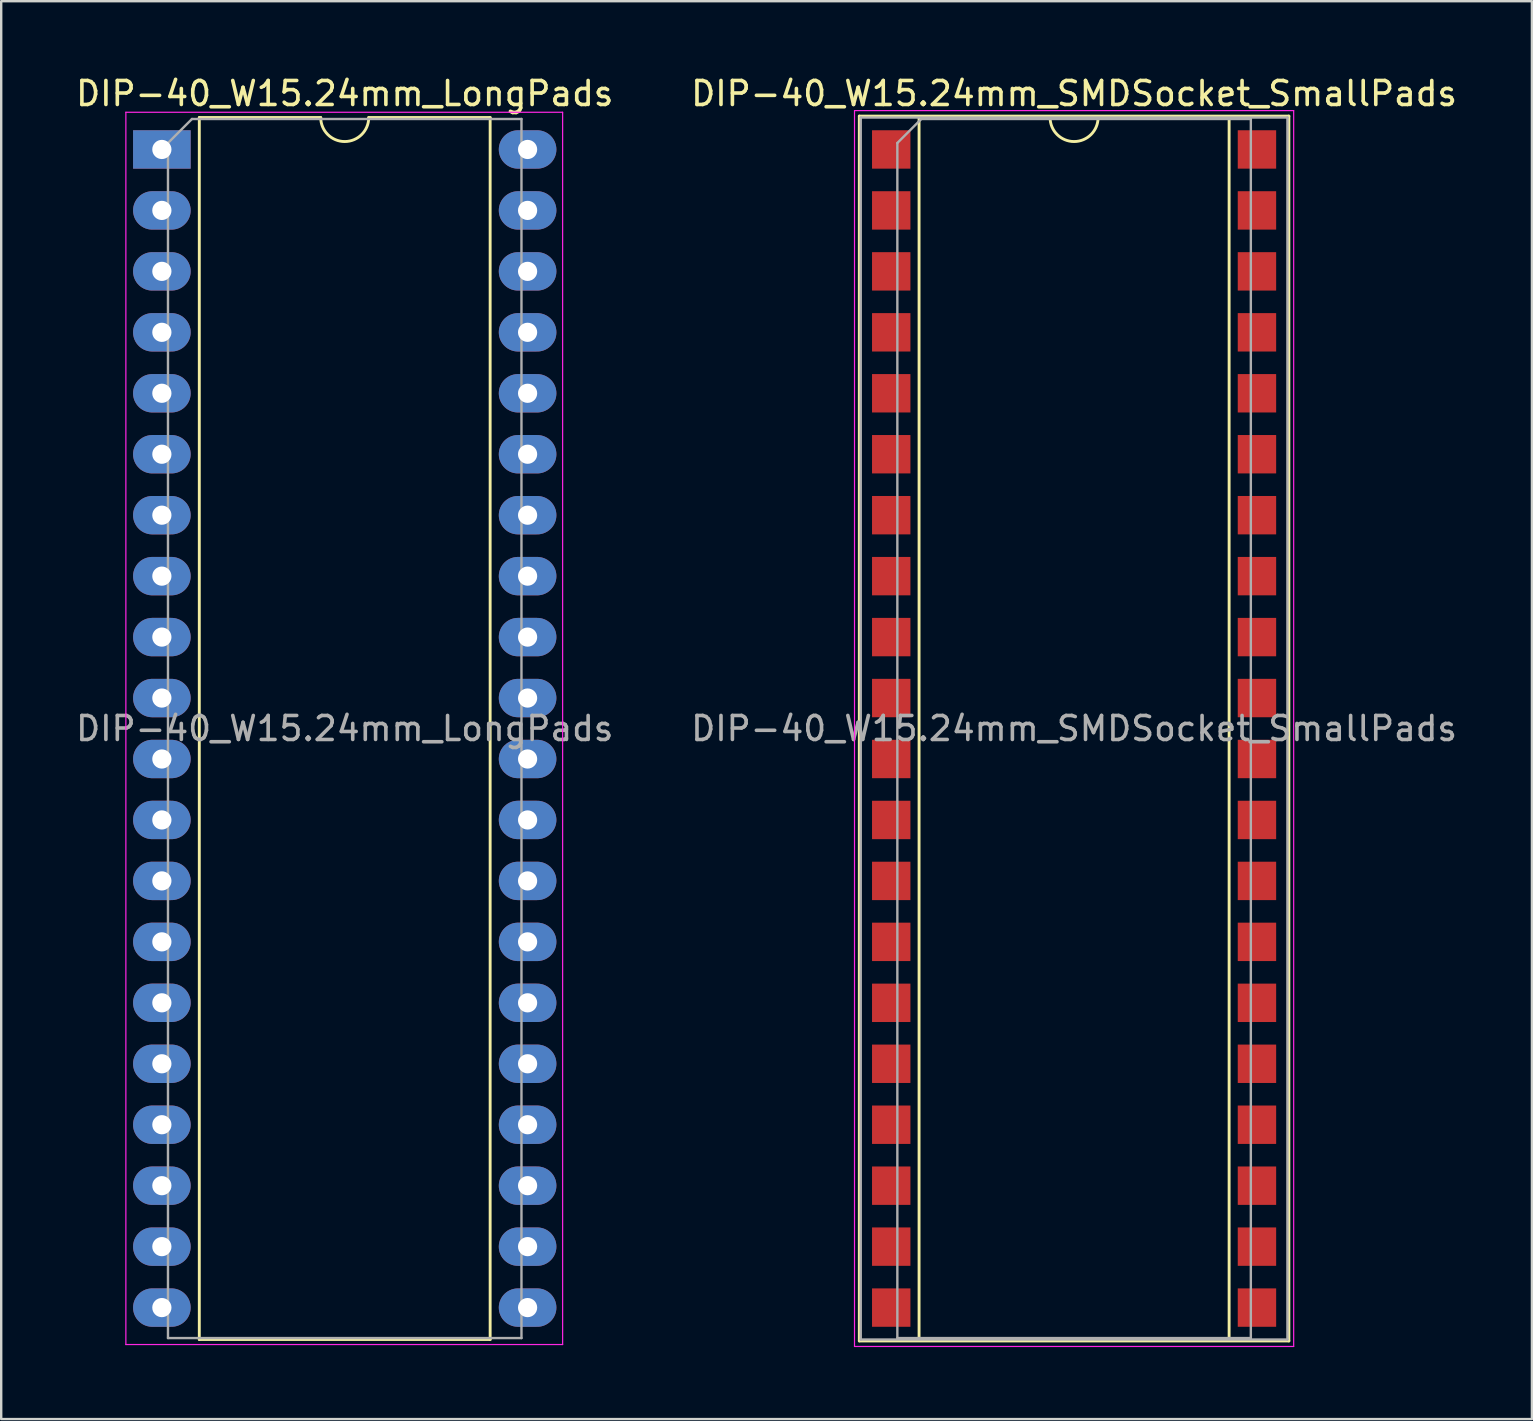
<source format=kicad_pcb>
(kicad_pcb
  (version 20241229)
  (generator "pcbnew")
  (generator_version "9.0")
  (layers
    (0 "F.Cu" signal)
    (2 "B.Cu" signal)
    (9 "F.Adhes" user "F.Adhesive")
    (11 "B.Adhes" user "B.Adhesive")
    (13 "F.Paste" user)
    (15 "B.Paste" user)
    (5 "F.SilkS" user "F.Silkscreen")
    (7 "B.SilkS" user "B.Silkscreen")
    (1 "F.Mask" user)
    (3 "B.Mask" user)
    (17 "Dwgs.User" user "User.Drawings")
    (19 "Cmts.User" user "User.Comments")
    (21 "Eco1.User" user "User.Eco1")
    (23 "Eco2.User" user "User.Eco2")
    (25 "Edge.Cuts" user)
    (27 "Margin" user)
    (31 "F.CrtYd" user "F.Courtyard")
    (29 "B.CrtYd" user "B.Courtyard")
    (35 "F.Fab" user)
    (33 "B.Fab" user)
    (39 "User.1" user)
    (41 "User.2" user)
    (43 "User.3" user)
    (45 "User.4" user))
  (footprint "DIP-40_W15.24mm_LongPads"
    (layer "F.Cu")
    (at 3.695 3.178)
    (property "Reference" "DIP-40_W15.24mm_LongPads" (at 7.62 -2.33 0) (layer "F.SilkS") (effects (font (size 1 1) (thickness 0.15))))
    (attr through_hole)
    (fp_line (start 1.56 -1.33) (end 1.56 49.59) (stroke (width 0.12) (type solid)) (layer "F.SilkS"))
    (fp_line (start 1.56 49.59) (end 13.68 49.59) (stroke (width 0.12) (type solid)) (layer "F.SilkS"))
    (fp_line (start 6.62 -1.33) (end 1.56 -1.33) (stroke (width 0.12) (type solid)) (layer "F.SilkS"))
    (fp_line (start 13.68 -1.33) (end 8.62 -1.33) (stroke (width 0.12) (type solid)) (layer "F.SilkS"))
    (fp_line (start 13.68 49.59) (end 13.68 -1.33) (stroke (width 0.12) (type solid)) (layer "F.SilkS"))
    (fp_arc (start 8.62 -1.33) (mid 7.62 -0.33) (end 6.62 -1.33) (stroke (width 0.12) (type solid)) (layer "F.SilkS"))
    (fp_line (start -1.5 -1.55) (end -1.5 49.8) (stroke (width 0.05) (type solid)) (layer "F.CrtYd"))
    (fp_line (start -1.5 49.8) (end 16.7 49.8) (stroke (width 0.05) (type solid)) (layer "F.CrtYd"))
    (fp_line (start 16.7 -1.55) (end -1.5 -1.55) (stroke (width 0.05) (type solid)) (layer "F.CrtYd"))
    (fp_line (start 16.7 49.8) (end 16.7 -1.55) (stroke (width 0.05) (type solid)) (layer "F.CrtYd"))
    (fp_line (start 0.255 -0.27) (end 1.255 -1.27) (stroke (width 0.1) (type solid)) (layer "F.Fab"))
    (fp_line (start 0.255 49.53) (end 0.255 -0.27) (stroke (width 0.1) (type solid)) (layer "F.Fab"))
    (fp_line (start 1.255 -1.27) (end 14.985 -1.27) (stroke (width 0.1) (type solid)) (layer "F.Fab"))
    (fp_line (start 14.985 -1.27) (end 14.985 49.53) (stroke (width 0.1) (type solid)) (layer "F.Fab"))
    (fp_line (start 14.985 49.53) (end 0.255 49.53) (stroke (width 0.1) (type solid)) (layer "F.Fab"))
    (fp_text user "${REFERENCE}" (at 7.62 24.13 0) (layer "F.Fab") (effects (font (size 1 1) (thickness 0.15))))
    (pad "1" thru_hole rect (at 0 0) (size 2.4 1.6) (drill 0.8) (layers "*.Cu" "*.Mask"))
    (pad "2" thru_hole oval (at 0 2.54) (size 2.4 1.6) (drill 0.8) (layers "*.Cu" "*.Mask"))
    (pad "3" thru_hole oval (at 0 5.08) (size 2.4 1.6) (drill 0.8) (layers "*.Cu" "*.Mask"))
    (pad "4" thru_hole oval (at 0 7.62) (size 2.4 1.6) (drill 0.8) (layers "*.Cu" "*.Mask"))
    (pad "5" thru_hole oval (at 0 10.16) (size 2.4 1.6) (drill 0.8) (layers "*.Cu" "*.Mask"))
    (pad "6" thru_hole oval (at 0 12.7) (size 2.4 1.6) (drill 0.8) (layers "*.Cu" "*.Mask"))
    (pad "7" thru_hole oval (at 0 15.24) (size 2.4 1.6) (drill 0.8) (layers "*.Cu" "*.Mask"))
    (pad "8" thru_hole oval (at 0 17.78) (size 2.4 1.6) (drill 0.8) (layers "*.Cu" "*.Mask"))
    (pad "9" thru_hole oval (at 0 20.32) (size 2.4 1.6) (drill 0.8) (layers "*.Cu" "*.Mask"))
    (pad "10" thru_hole oval (at 0 22.86) (size 2.4 1.6) (drill 0.8) (layers "*.Cu" "*.Mask"))
    (pad "11" thru_hole oval (at 0 25.4) (size 2.4 1.6) (drill 0.8) (layers "*.Cu" "*.Mask"))
    (pad "12" thru_hole oval (at 0 27.94) (size 2.4 1.6) (drill 0.8) (layers "*.Cu" "*.Mask"))
    (pad "13" thru_hole oval (at 0 30.48) (size 2.4 1.6) (drill 0.8) (layers "*.Cu" "*.Mask"))
    (pad "14" thru_hole oval (at 0 33.02) (size 2.4 1.6) (drill 0.8) (layers "*.Cu" "*.Mask"))
    (pad "15" thru_hole oval (at 0 35.56) (size 2.4 1.6) (drill 0.8) (layers "*.Cu" "*.Mask"))
    (pad "16" thru_hole oval (at 0 38.1) (size 2.4 1.6) (drill 0.8) (layers "*.Cu" "*.Mask"))
    (pad "17" thru_hole oval (at 0 40.64) (size 2.4 1.6) (drill 0.8) (layers "*.Cu" "*.Mask"))
    (pad "18" thru_hole oval (at 0 43.18) (size 2.4 1.6) (drill 0.8) (layers "*.Cu" "*.Mask"))
    (pad "19" thru_hole oval (at 0 45.72) (size 2.4 1.6) (drill 0.8) (layers "*.Cu" "*.Mask"))
    (pad "20" thru_hole oval (at 0 48.26) (size 2.4 1.6) (drill 0.8) (layers "*.Cu" "*.Mask"))
    (pad "21" thru_hole oval (at 15.24 48.26) (size 2.4 1.6) (drill 0.8) (layers "*.Cu" "*.Mask"))
    (pad "22" thru_hole oval (at 15.24 45.72) (size 2.4 1.6) (drill 0.8) (layers "*.Cu" "*.Mask"))
    (pad "23" thru_hole oval (at 15.24 43.18) (size 2.4 1.6) (drill 0.8) (layers "*.Cu" "*.Mask"))
    (pad "24" thru_hole oval (at 15.24 40.64) (size 2.4 1.6) (drill 0.8) (layers "*.Cu" "*.Mask"))
    (pad "25" thru_hole oval (at 15.24 38.1) (size 2.4 1.6) (drill 0.8) (layers "*.Cu" "*.Mask"))
    (pad "26" thru_hole oval (at 15.24 35.56) (size 2.4 1.6) (drill 0.8) (layers "*.Cu" "*.Mask"))
    (pad "27" thru_hole oval (at 15.24 33.02) (size 2.4 1.6) (drill 0.8) (layers "*.Cu" "*.Mask"))
    (pad "28" thru_hole oval (at 15.24 30.48) (size 2.4 1.6) (drill 0.8) (layers "*.Cu" "*.Mask"))
    (pad "29" thru_hole oval (at 15.24 27.94) (size 2.4 1.6) (drill 0.8) (layers "*.Cu" "*.Mask"))
    (pad "30" thru_hole oval (at 15.24 25.4) (size 2.4 1.6) (drill 0.8) (layers "*.Cu" "*.Mask"))
    (pad "31" thru_hole oval (at 15.24 22.86) (size 2.4 1.6) (drill 0.8) (layers "*.Cu" "*.Mask"))
    (pad "32" thru_hole oval (at 15.24 20.32) (size 2.4 1.6) (drill 0.8) (layers "*.Cu" "*.Mask"))
    (pad "33" thru_hole oval (at 15.24 17.78) (size 2.4 1.6) (drill 0.8) (layers "*.Cu" "*.Mask"))
    (pad "34" thru_hole oval (at 15.24 15.24) (size 2.4 1.6) (drill 0.8) (layers "*.Cu" "*.Mask"))
    (pad "35" thru_hole oval (at 15.24 12.7) (size 2.4 1.6) (drill 0.8) (layers "*.Cu" "*.Mask"))
    (pad "36" thru_hole oval (at 15.24 10.16) (size 2.4 1.6) (drill 0.8) (layers "*.Cu" "*.Mask"))
    (pad "37" thru_hole oval (at 15.24 7.62) (size 2.4 1.6) (drill 0.8) (layers "*.Cu" "*.Mask"))
    (pad "38" thru_hole oval (at 15.24 5.08) (size 2.4 1.6) (drill 0.8) (layers "*.Cu" "*.Mask"))
    (pad "39" thru_hole oval (at 15.24 2.54) (size 2.4 1.6) (drill 0.8) (layers "*.Cu" "*.Mask"))
    (pad "40" thru_hole oval (at 15.24 0) (size 2.4 1.6) (drill 0.8) (layers "*.Cu" "*.Mask")))
  (footprint "DIP-40_W15.24mm_SMDSocket_SmallPads"
    (layer "F.Cu")
    (at 41.708 27.308)
    (property "Reference" "DIP-40_W15.24mm_SMDSocket_SmallPads" (at 0 -26.46 0) (layer "F.SilkS") (effects (font (size 1 1) (thickness 0.15))))
    (attr smd)
    (fp_line (start -8.95 -25.52) (end -8.95 25.52) (stroke (width 0.12) (type solid)) (layer "F.SilkS"))
    (fp_line (start -8.95 25.52) (end 8.95 25.52) (stroke (width 0.12) (type solid)) (layer "F.SilkS"))
    (fp_line (start -6.46 -25.46) (end -6.46 25.46) (stroke (width 0.12) (type solid)) (layer "F.SilkS"))
    (fp_line (start -6.46 25.46) (end 6.46 25.46) (stroke (width 0.12) (type solid)) (layer "F.SilkS"))
    (fp_line (start -1 -25.46) (end -6.46 -25.46) (stroke (width 0.12) (type solid)) (layer "F.SilkS"))
    (fp_line (start 6.46 -25.46) (end 1 -25.46) (stroke (width 0.12) (type solid)) (layer "F.SilkS"))
    (fp_line (start 6.46 25.46) (end 6.46 -25.46) (stroke (width 0.12) (type solid)) (layer "F.SilkS"))
    (fp_line (start 8.95 -25.52) (end -8.95 -25.52) (stroke (width 0.12) (type solid)) (layer "F.SilkS"))
    (fp_line (start 8.95 25.52) (end 8.95 -25.52) (stroke (width 0.12) (type solid)) (layer "F.SilkS"))
    (fp_arc (start 1 -25.46) (mid 0 -24.46) (end -1 -25.46) (stroke (width 0.12) (type solid)) (layer "F.SilkS"))
    (fp_line (start -9.15 -25.75) (end -9.15 25.75) (stroke (width 0.05) (type solid)) (layer "F.CrtYd"))
    (fp_line (start -9.15 25.75) (end 9.15 25.75) (stroke (width 0.05) (type solid)) (layer "F.CrtYd"))
    (fp_line (start 9.15 -25.75) (end -9.15 -25.75) (stroke (width 0.05) (type solid)) (layer "F.CrtYd"))
    (fp_line (start 9.15 25.75) (end 9.15 -25.75) (stroke (width 0.05) (type solid)) (layer "F.CrtYd"))
    (fp_line (start -8.89 -25.46) (end -8.89 25.46) (stroke (width 0.1) (type solid)) (layer "F.Fab"))
    (fp_line (start -8.89 25.46) (end 8.89 25.46) (stroke (width 0.1) (type solid)) (layer "F.Fab"))
    (fp_line (start -7.365 -24.4) (end -6.365 -25.4) (stroke (width 0.1) (type solid)) (layer "F.Fab"))
    (fp_line (start -7.365 25.4) (end -7.365 -24.4) (stroke (width 0.1) (type solid)) (layer "F.Fab"))
    (fp_line (start -6.365 -25.4) (end 7.365 -25.4) (stroke (width 0.1) (type solid)) (layer "F.Fab"))
    (fp_line (start 7.365 -25.4) (end 7.365 25.4) (stroke (width 0.1) (type solid)) (layer "F.Fab"))
    (fp_line (start 7.365 25.4) (end -7.365 25.4) (stroke (width 0.1) (type solid)) (layer "F.Fab"))
    (fp_line (start 8.89 -25.46) (end -8.89 -25.46) (stroke (width 0.1) (type solid)) (layer "F.Fab"))
    (fp_line (start 8.89 25.46) (end 8.89 -25.46) (stroke (width 0.1) (type solid)) (layer "F.Fab"))
    (fp_text user "${REFERENCE}" (at 0 0 0) (layer "F.Fab") (effects (font (size 1 1) (thickness 0.15))))
    (pad "1" smd rect (at -7.62 -24.13) (size 1.6 1.6) (layers "F.Cu" "F.Mask" "F.Paste"))
    (pad "2" smd rect (at -7.62 -21.59) (size 1.6 1.6) (layers "F.Cu" "F.Mask" "F.Paste"))
    (pad "3" smd rect (at -7.62 -19.05) (size 1.6 1.6) (layers "F.Cu" "F.Mask" "F.Paste"))
    (pad "4" smd rect (at -7.62 -16.51) (size 1.6 1.6) (layers "F.Cu" "F.Mask" "F.Paste"))
    (pad "5" smd rect (at -7.62 -13.97) (size 1.6 1.6) (layers "F.Cu" "F.Mask" "F.Paste"))
    (pad "6" smd rect (at -7.62 -11.43) (size 1.6 1.6) (layers "F.Cu" "F.Mask" "F.Paste"))
    (pad "7" smd rect (at -7.62 -8.89) (size 1.6 1.6) (layers "F.Cu" "F.Mask" "F.Paste"))
    (pad "8" smd rect (at -7.62 -6.35) (size 1.6 1.6) (layers "F.Cu" "F.Mask" "F.Paste"))
    (pad "9" smd rect (at -7.62 -3.81) (size 1.6 1.6) (layers "F.Cu" "F.Mask" "F.Paste"))
    (pad "10" smd rect (at -7.62 -1.27) (size 1.6 1.6) (layers "F.Cu" "F.Mask" "F.Paste"))
    (pad "11" smd rect (at -7.62 1.27) (size 1.6 1.6) (layers "F.Cu" "F.Mask" "F.Paste"))
    (pad "12" smd rect (at -7.62 3.81) (size 1.6 1.6) (layers "F.Cu" "F.Mask" "F.Paste"))
    (pad "13" smd rect (at -7.62 6.35) (size 1.6 1.6) (layers "F.Cu" "F.Mask" "F.Paste"))
    (pad "14" smd rect (at -7.62 8.89) (size 1.6 1.6) (layers "F.Cu" "F.Mask" "F.Paste"))
    (pad "15" smd rect (at -7.62 11.43) (size 1.6 1.6) (layers "F.Cu" "F.Mask" "F.Paste"))
    (pad "16" smd rect (at -7.62 13.97) (size 1.6 1.6) (layers "F.Cu" "F.Mask" "F.Paste"))
    (pad "17" smd rect (at -7.62 16.51) (size 1.6 1.6) (layers "F.Cu" "F.Mask" "F.Paste"))
    (pad "18" smd rect (at -7.62 19.05) (size 1.6 1.6) (layers "F.Cu" "F.Mask" "F.Paste"))
    (pad "19" smd rect (at -7.62 21.59) (size 1.6 1.6) (layers "F.Cu" "F.Mask" "F.Paste"))
    (pad "20" smd rect (at -7.62 24.13) (size 1.6 1.6) (layers "F.Cu" "F.Mask" "F.Paste"))
    (pad "21" smd rect (at 7.62 24.13) (size 1.6 1.6) (layers "F.Cu" "F.Mask" "F.Paste"))
    (pad "22" smd rect (at 7.62 21.59) (size 1.6 1.6) (layers "F.Cu" "F.Mask" "F.Paste"))
    (pad "23" smd rect (at 7.62 19.05) (size 1.6 1.6) (layers "F.Cu" "F.Mask" "F.Paste"))
    (pad "24" smd rect (at 7.62 16.51) (size 1.6 1.6) (layers "F.Cu" "F.Mask" "F.Paste"))
    (pad "25" smd rect (at 7.62 13.97) (size 1.6 1.6) (layers "F.Cu" "F.Mask" "F.Paste"))
    (pad "26" smd rect (at 7.62 11.43) (size 1.6 1.6) (layers "F.Cu" "F.Mask" "F.Paste"))
    (pad "27" smd rect (at 7.62 8.89) (size 1.6 1.6) (layers "F.Cu" "F.Mask" "F.Paste"))
    (pad "28" smd rect (at 7.62 6.35) (size 1.6 1.6) (layers "F.Cu" "F.Mask" "F.Paste"))
    (pad "29" smd rect (at 7.62 3.81) (size 1.6 1.6) (layers "F.Cu" "F.Mask" "F.Paste"))
    (pad "30" smd rect (at 7.62 1.27) (size 1.6 1.6) (layers "F.Cu" "F.Mask" "F.Paste"))
    (pad "31" smd rect (at 7.62 -1.27) (size 1.6 1.6) (layers "F.Cu" "F.Mask" "F.Paste"))
    (pad "32" smd rect (at 7.62 -3.81) (size 1.6 1.6) (layers "F.Cu" "F.Mask" "F.Paste"))
    (pad "33" smd rect (at 7.62 -6.35) (size 1.6 1.6) (layers "F.Cu" "F.Mask" "F.Paste"))
    (pad "34" smd rect (at 7.62 -8.89) (size 1.6 1.6) (layers "F.Cu" "F.Mask" "F.Paste"))
    (pad "35" smd rect (at 7.62 -11.43) (size 1.6 1.6) (layers "F.Cu" "F.Mask" "F.Paste"))
    (pad "36" smd rect (at 7.62 -13.97) (size 1.6 1.6) (layers "F.Cu" "F.Mask" "F.Paste"))
    (pad "37" smd rect (at 7.62 -16.51) (size 1.6 1.6) (layers "F.Cu" "F.Mask" "F.Paste"))
    (pad "38" smd rect (at 7.62 -19.05) (size 1.6 1.6) (layers "F.Cu" "F.Mask" "F.Paste"))
    (pad "39" smd rect (at 7.62 -21.59) (size 1.6 1.6) (layers "F.Cu" "F.Mask" "F.Paste"))
    (pad "40" smd rect (at 7.62 -24.13) (size 1.6 1.6) (layers "F.Cu" "F.Mask" "F.Paste")))
  (gr_rect
    (start -3 -3)
    (end 60.786 56.083)
    (stroke (width 0.1) (type default))
    (fill no)
    (layer "Edge.Cuts")))
</source>
